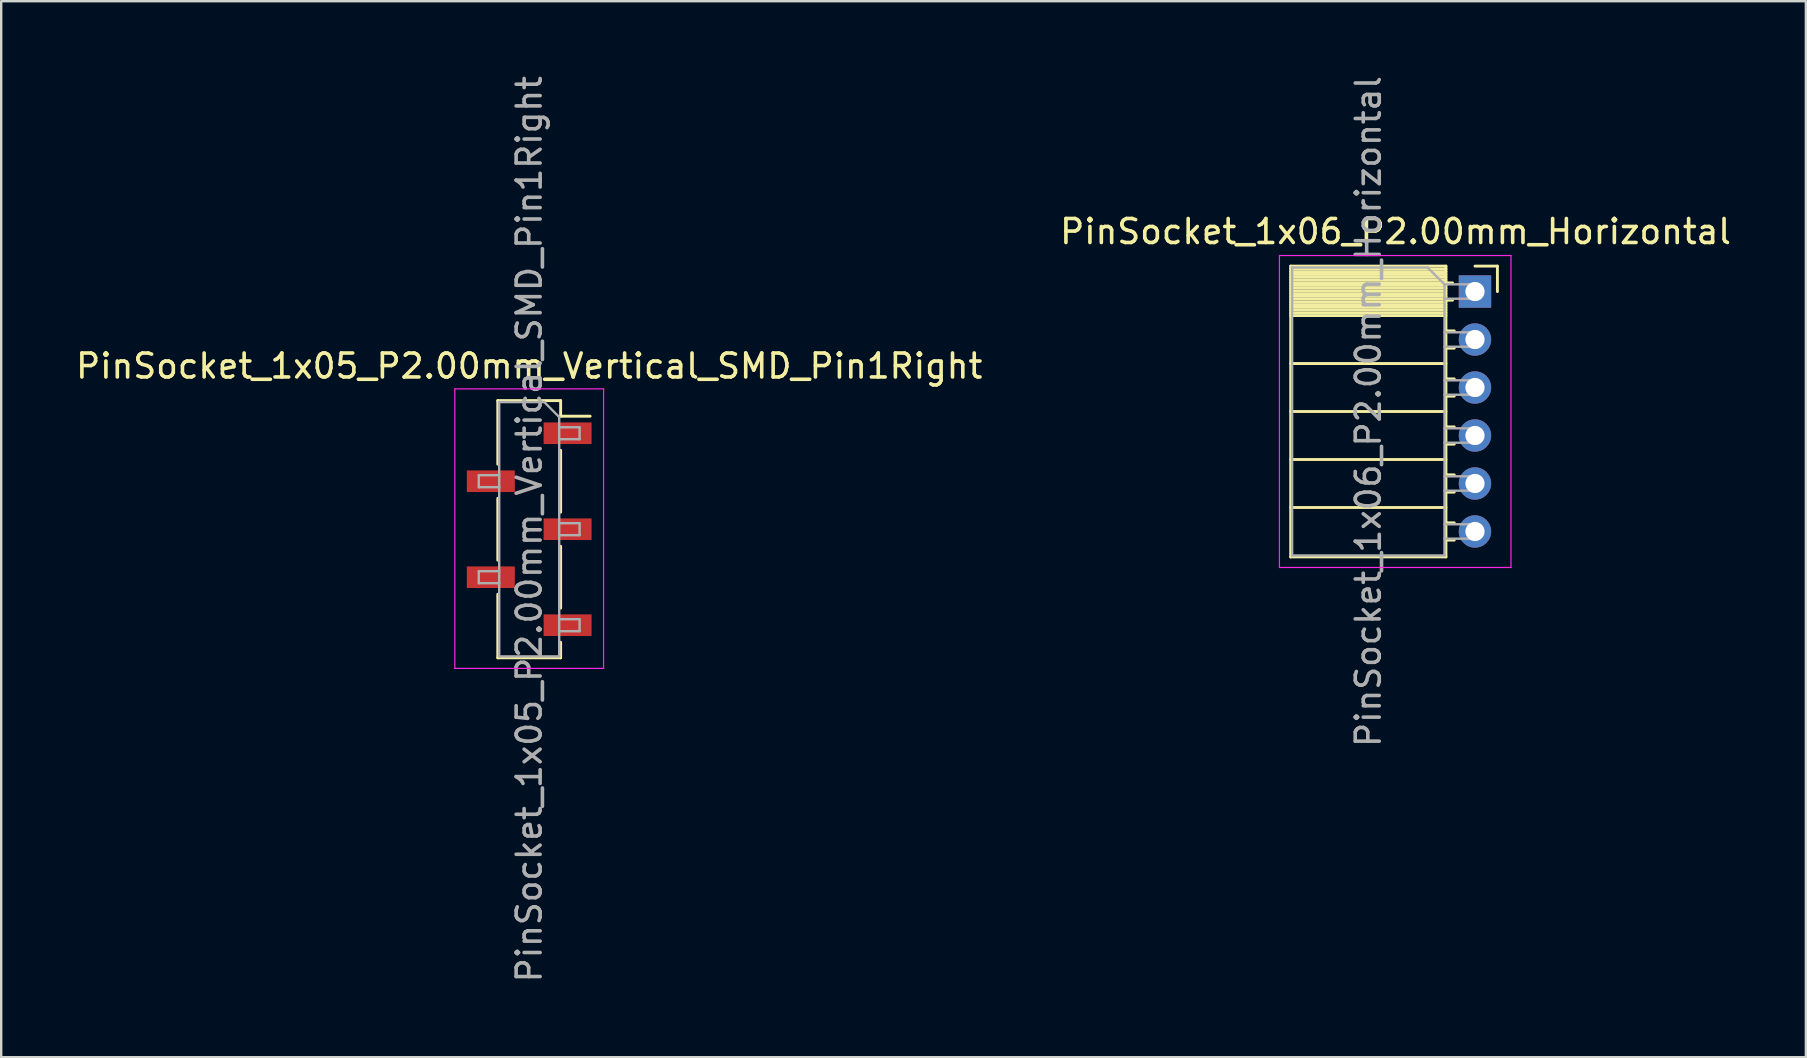
<source format=kicad_pcb>
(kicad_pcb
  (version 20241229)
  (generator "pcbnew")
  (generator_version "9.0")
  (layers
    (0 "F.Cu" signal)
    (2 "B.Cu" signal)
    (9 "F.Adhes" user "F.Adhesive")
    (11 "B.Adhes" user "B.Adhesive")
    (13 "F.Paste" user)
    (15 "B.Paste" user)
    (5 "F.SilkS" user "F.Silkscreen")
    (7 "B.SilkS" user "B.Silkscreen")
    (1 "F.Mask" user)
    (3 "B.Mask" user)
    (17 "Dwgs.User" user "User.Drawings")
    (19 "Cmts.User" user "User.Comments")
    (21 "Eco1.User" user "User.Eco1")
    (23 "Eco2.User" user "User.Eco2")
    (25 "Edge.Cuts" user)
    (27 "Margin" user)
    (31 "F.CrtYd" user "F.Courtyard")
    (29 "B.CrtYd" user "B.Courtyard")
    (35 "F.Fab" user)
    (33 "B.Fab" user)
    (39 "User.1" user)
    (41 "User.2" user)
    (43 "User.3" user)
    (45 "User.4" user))
  (footprint "PinSocket_1x05_P2.00mm_Vertical_SMD_Pin1Right"
    (layer "F.Cu")
    (at 19.006 19.006)
    (property "Reference" "PinSocket_1x05_P2.00mm_Vertical_SMD_Pin1Right" (at 0 -6.8 0) (layer "F.SilkS") (effects (font (size 1 1) (thickness 0.15))))
    (attr smd)
    (fp_line (start -1.31 -5.36) (end -1.31 -2.71) (stroke (width 0.12) (type solid)) (layer "F.SilkS"))
    (fp_line (start -1.31 -5.36) (end 1.31 -5.36) (stroke (width 0.12) (type solid)) (layer "F.SilkS"))
    (fp_line (start -1.31 -1.29) (end -1.31 1.29) (stroke (width 0.12) (type solid)) (layer "F.SilkS"))
    (fp_line (start -1.31 2.71) (end -1.31 5.36) (stroke (width 0.12) (type solid)) (layer "F.SilkS"))
    (fp_line (start -1.31 5.36) (end 1.31 5.36) (stroke (width 0.12) (type solid)) (layer "F.SilkS"))
    (fp_line (start 1.31 -5.36) (end 1.31 -4.71) (stroke (width 0.12) (type solid)) (layer "F.SilkS"))
    (fp_line (start 1.31 -4.71) (end 2.54 -4.71) (stroke (width 0.12) (type solid)) (layer "F.SilkS"))
    (fp_line (start 1.31 -3.29) (end 1.31 -0.71) (stroke (width 0.12) (type solid)) (layer "F.SilkS"))
    (fp_line (start 1.31 0.71) (end 1.31 3.29) (stroke (width 0.12) (type solid)) (layer "F.SilkS"))
    (fp_line (start 1.31 4.71) (end 1.31 5.36) (stroke (width 0.12) (type solid)) (layer "F.SilkS"))
    (fp_line (start -3.1 -5.85) (end 3.1 -5.85) (stroke (width 0.05) (type solid)) (layer "F.CrtYd"))
    (fp_line (start -3.1 5.8) (end -3.1 -5.85) (stroke (width 0.05) (type solid)) (layer "F.CrtYd"))
    (fp_line (start 3.1 -5.85) (end 3.1 5.8) (stroke (width 0.05) (type solid)) (layer "F.CrtYd"))
    (fp_line (start 3.1 5.8) (end -3.1 5.8) (stroke (width 0.05) (type solid)) (layer "F.CrtYd"))
    (fp_line (start -2.1 -2.25) (end -1.25 -2.25) (stroke (width 0.1) (type solid)) (layer "F.Fab"))
    (fp_line (start -2.1 -1.75) (end -2.1 -2.25) (stroke (width 0.1) (type solid)) (layer "F.Fab"))
    (fp_line (start -2.1 1.75) (end -1.25 1.75) (stroke (width 0.1) (type solid)) (layer "F.Fab"))
    (fp_line (start -2.1 2.25) (end -2.1 1.75) (stroke (width 0.1) (type solid)) (layer "F.Fab"))
    (fp_line (start -1.25 -5.3) (end 0.625 -5.3) (stroke (width 0.1) (type solid)) (layer "F.Fab"))
    (fp_line (start -1.25 -1.75) (end -2.1 -1.75) (stroke (width 0.1) (type solid)) (layer "F.Fab"))
    (fp_line (start -1.25 2.25) (end -2.1 2.25) (stroke (width 0.1) (type solid)) (layer "F.Fab"))
    (fp_line (start -1.25 5.3) (end -1.25 -5.3) (stroke (width 0.1) (type solid)) (layer "F.Fab"))
    (fp_line (start 0.625 -5.3) (end 1.25 -4.675) (stroke (width 0.1) (type solid)) (layer "F.Fab"))
    (fp_line (start 1.25 -4.675) (end 1.25 5.3) (stroke (width 0.1) (type solid)) (layer "F.Fab"))
    (fp_line (start 1.25 -4.25) (end 2.1 -4.25) (stroke (width 0.1) (type solid)) (layer "F.Fab"))
    (fp_line (start 1.25 -0.25) (end 2.1 -0.25) (stroke (width 0.1) (type solid)) (layer "F.Fab"))
    (fp_line (start 1.25 3.75) (end 2.1 3.75) (stroke (width 0.1) (type solid)) (layer "F.Fab"))
    (fp_line (start 1.25 5.3) (end -1.25 5.3) (stroke (width 0.1) (type solid)) (layer "F.Fab"))
    (fp_line (start 2.1 -4.25) (end 2.1 -3.75) (stroke (width 0.1) (type solid)) (layer "F.Fab"))
    (fp_line (start 2.1 -3.75) (end 1.25 -3.75) (stroke (width 0.1) (type solid)) (layer "F.Fab"))
    (fp_line (start 2.1 -0.25) (end 2.1 0.25) (stroke (width 0.1) (type solid)) (layer "F.Fab"))
    (fp_line (start 2.1 0.25) (end 1.25 0.25) (stroke (width 0.1) (type solid)) (layer "F.Fab"))
    (fp_line (start 2.1 3.75) (end 2.1 4.25) (stroke (width 0.1) (type solid)) (layer "F.Fab"))
    (fp_line (start 2.1 4.25) (end 1.25 4.25) (stroke (width 0.1) (type solid)) (layer "F.Fab"))
    (fp_text user "${REFERENCE}" (at 0 0 90) (layer "F.Fab") (effects (font (size 1 1) (thickness 0.15))))
    (pad "1" smd rect (at 1.6 -4) (size 2 0.9) (layers "F.Cu" "F.Mask" "F.Paste"))
    (pad "2" smd rect (at -1.6 -2) (size 2 0.9) (layers "F.Cu" "F.Mask" "F.Paste"))
    (pad "3" smd rect (at 1.6 0) (size 2 0.9) (layers "F.Cu" "F.Mask" "F.Paste"))
    (pad "4" smd rect (at -1.6 2) (size 2 0.9) (layers "F.Cu" "F.Mask" "F.Paste"))
    (pad "5" smd rect (at 1.6 4) (size 2 0.9) (layers "F.Cu" "F.Mask" "F.Paste")))
  (footprint "PinSocket_1x06_P2.00mm_Horizontal"
    (layer "F.Cu")
    (at 58.423 9.101)
    (property "Reference" "PinSocket_1x06_P2.00mm_Horizontal" (at -3.31 -2.5 0) (layer "F.SilkS") (effects (font (size 1 1) (thickness 0.15))))
    (attr through_hole)
    (fp_line (start -7.68 -1.06) (end -7.68 11.06) (stroke (width 0.12) (type solid)) (layer "F.SilkS"))
    (fp_line (start -7.68 -1.06) (end -1.21 -1.06) (stroke (width 0.12) (type solid)) (layer "F.SilkS"))
    (fp_line (start -7.68 -0.94) (end -1.21 -0.94) (stroke (width 0.12) (type solid)) (layer "F.SilkS"))
    (fp_line (start -7.68 -0.826) (end -1.21 -0.826) (stroke (width 0.12) (type solid)) (layer "F.SilkS"))
    (fp_line (start -7.68 -0.712) (end -1.21 -0.712) (stroke (width 0.12) (type solid)) (layer "F.SilkS"))
    (fp_line (start -7.68 -0.598) (end -1.21 -0.598) (stroke (width 0.12) (type solid)) (layer "F.SilkS"))
    (fp_line (start -7.68 -0.484) (end -1.21 -0.484) (stroke (width 0.12) (type solid)) (layer "F.SilkS"))
    (fp_line (start -7.68 -0.369) (end -1.21 -0.369) (stroke (width 0.12) (type solid)) (layer "F.SilkS"))
    (fp_line (start -7.68 -0.255) (end -1.21 -0.255) (stroke (width 0.12) (type solid)) (layer "F.SilkS"))
    (fp_line (start -7.68 -0.141) (end -1.21 -0.141) (stroke (width 0.12) (type solid)) (layer "F.SilkS"))
    (fp_line (start -7.68 -0.027) (end -1.21 -0.027) (stroke (width 0.12) (type solid)) (layer "F.SilkS"))
    (fp_line (start -7.68 0.087) (end -1.21 0.087) (stroke (width 0.12) (type solid)) (layer "F.SilkS"))
    (fp_line (start -7.68 0.201) (end -1.21 0.201) (stroke (width 0.12) (type solid)) (layer "F.SilkS"))
    (fp_line (start -7.68 0.315) (end -1.21 0.315) (stroke (width 0.12) (type solid)) (layer "F.SilkS"))
    (fp_line (start -7.68 0.429) (end -1.21 0.429) (stroke (width 0.12) (type solid)) (layer "F.SilkS"))
    (fp_line (start -7.68 0.544) (end -1.21 0.544) (stroke (width 0.12) (type solid)) (layer "F.SilkS"))
    (fp_line (start -7.68 0.658) (end -1.21 0.658) (stroke (width 0.12) (type solid)) (layer "F.SilkS"))
    (fp_line (start -7.68 0.772) (end -1.21 0.772) (stroke (width 0.12) (type solid)) (layer "F.SilkS"))
    (fp_line (start -7.68 0.886) (end -1.21 0.886) (stroke (width 0.12) (type solid)) (layer "F.SilkS"))
    (fp_line (start -7.68 1) (end -1.21 1) (stroke (width 0.12) (type solid)) (layer "F.SilkS"))
    (fp_line (start -7.68 3) (end -1.21 3) (stroke (width 0.12) (type solid)) (layer "F.SilkS"))
    (fp_line (start -7.68 5) (end -1.21 5) (stroke (width 0.12) (type solid)) (layer "F.SilkS"))
    (fp_line (start -7.68 7) (end -1.21 7) (stroke (width 0.12) (type solid)) (layer "F.SilkS"))
    (fp_line (start -7.68 9) (end -1.21 9) (stroke (width 0.12) (type solid)) (layer "F.SilkS"))
    (fp_line (start -7.68 11.06) (end -1.21 11.06) (stroke (width 0.12) (type solid)) (layer "F.SilkS"))
    (fp_line (start -1.21 -1.06) (end -1.21 11.06) (stroke (width 0.12) (type solid)) (layer "F.SilkS"))
    (fp_line (start -1.21 -0.36) (end -0.935 -0.36) (stroke (width 0.12) (type solid)) (layer "F.SilkS"))
    (fp_line (start -1.21 0.36) (end -0.935 0.36) (stroke (width 0.12) (type solid)) (layer "F.SilkS"))
    (fp_line (start -1.21 1.64) (end -0.863 1.64) (stroke (width 0.12) (type solid)) (layer "F.SilkS"))
    (fp_line (start -1.21 2.36) (end -0.863 2.36) (stroke (width 0.12) (type solid)) (layer "F.SilkS"))
    (fp_line (start -1.21 3.64) (end -0.863 3.64) (stroke (width 0.12) (type solid)) (layer "F.SilkS"))
    (fp_line (start -1.21 4.36) (end -0.863 4.36) (stroke (width 0.12) (type solid)) (layer "F.SilkS"))
    (fp_line (start -1.21 5.64) (end -0.863 5.64) (stroke (width 0.12) (type solid)) (layer "F.SilkS"))
    (fp_line (start -1.21 6.36) (end -0.863 6.36) (stroke (width 0.12) (type solid)) (layer "F.SilkS"))
    (fp_line (start -1.21 7.64) (end -0.863 7.64) (stroke (width 0.12) (type solid)) (layer "F.SilkS"))
    (fp_line (start -1.21 8.36) (end -0.863 8.36) (stroke (width 0.12) (type solid)) (layer "F.SilkS"))
    (fp_line (start -1.21 9.64) (end -0.863 9.64) (stroke (width 0.12) (type solid)) (layer "F.SilkS"))
    (fp_line (start -1.21 10.36) (end -0.863 10.36) (stroke (width 0.12) (type solid)) (layer "F.SilkS"))
    (fp_line (start 0 -1.06) (end 0.935 -1.06) (stroke (width 0.12) (type solid)) (layer "F.SilkS"))
    (fp_line (start 0.935 -1.06) (end 0.935 0) (stroke (width 0.12) (type solid)) (layer "F.SilkS"))
    (fp_line (start -8.15 -1.5) (end -8.15 11.5) (stroke (width 0.05) (type solid)) (layer "F.CrtYd"))
    (fp_line (start -8.15 11.5) (end 1.5 11.5) (stroke (width 0.05) (type solid)) (layer "F.CrtYd"))
    (fp_line (start 1.5 -1.5) (end -8.15 -1.5) (stroke (width 0.05) (type solid)) (layer "F.CrtYd"))
    (fp_line (start 1.5 11.5) (end 1.5 -1.5) (stroke (width 0.05) (type solid)) (layer "F.CrtYd"))
    (fp_line (start -7.62 -1) (end -1.97 -1) (stroke (width 0.1) (type solid)) (layer "F.Fab"))
    (fp_line (start -7.62 11) (end -7.62 -1) (stroke (width 0.1) (type solid)) (layer "F.Fab"))
    (fp_line (start -1.97 -1) (end -1.27 -0.3) (stroke (width 0.1) (type solid)) (layer "F.Fab"))
    (fp_line (start -1.27 -0.3) (end -1.27 11) (stroke (width 0.1) (type solid)) (layer "F.Fab"))
    (fp_line (start -1.27 0.3) (end 0 0.3) (stroke (width 0.1) (type solid)) (layer "F.Fab"))
    (fp_line (start -1.27 2.3) (end 0 2.3) (stroke (width 0.1) (type solid)) (layer "F.Fab"))
    (fp_line (start -1.27 4.3) (end 0 4.3) (stroke (width 0.1) (type solid)) (layer "F.Fab"))
    (fp_line (start -1.27 6.3) (end 0 6.3) (stroke (width 0.1) (type solid)) (layer "F.Fab"))
    (fp_line (start -1.27 8.3) (end 0 8.3) (stroke (width 0.1) (type solid)) (layer "F.Fab"))
    (fp_line (start -1.27 10.3) (end 0 10.3) (stroke (width 0.1) (type solid)) (layer "F.Fab"))
    (fp_line (start -1.27 11) (end -7.62 11) (stroke (width 0.1) (type solid)) (layer "F.Fab"))
    (fp_line (start 0 -0.3) (end -1.27 -0.3) (stroke (width 0.1) (type solid)) (layer "F.Fab"))
    (fp_line (start 0 0.3) (end 0 -0.3) (stroke (width 0.1) (type solid)) (layer "F.Fab"))
    (fp_line (start 0 1.7) (end -1.27 1.7) (stroke (width 0.1) (type solid)) (layer "F.Fab"))
    (fp_line (start 0 2.3) (end 0 1.7) (stroke (width 0.1) (type solid)) (layer "F.Fab"))
    (fp_line (start 0 3.7) (end -1.27 3.7) (stroke (width 0.1) (type solid)) (layer "F.Fab"))
    (fp_line (start 0 4.3) (end 0 3.7) (stroke (width 0.1) (type solid)) (layer "F.Fab"))
    (fp_line (start 0 5.7) (end -1.27 5.7) (stroke (width 0.1) (type solid)) (layer "F.Fab"))
    (fp_line (start 0 6.3) (end 0 5.7) (stroke (width 0.1) (type solid)) (layer "F.Fab"))
    (fp_line (start 0 7.7) (end -1.27 7.7) (stroke (width 0.1) (type solid)) (layer "F.Fab"))
    (fp_line (start 0 8.3) (end 0 7.7) (stroke (width 0.1) (type solid)) (layer "F.Fab"))
    (fp_line (start 0 9.7) (end -1.27 9.7) (stroke (width 0.1) (type solid)) (layer "F.Fab"))
    (fp_line (start 0 10.3) (end 0 9.7) (stroke (width 0.1) (type solid)) (layer "F.Fab"))
    (fp_text user "${REFERENCE}" (at -4.445 5 90) (layer "F.Fab") (effects (font (size 1 1) (thickness 0.15))))
    (pad "1" thru_hole rect (at 0 0) (size 1.35 1.35) (drill 0.8) (layers "*.Cu" "*.Mask"))
    (pad "2" thru_hole circle (at 0 2) (size 1.35 1.35) (drill 0.8) (layers "*.Cu" "*.Mask"))
    (pad "3" thru_hole circle (at 0 4) (size 1.35 1.35) (drill 0.8) (layers "*.Cu" "*.Mask"))
    (pad "4" thru_hole circle (at 0 6) (size 1.35 1.35) (drill 0.8) (layers "*.Cu" "*.Mask"))
    (pad "5" thru_hole circle (at 0 8) (size 1.35 1.35) (drill 0.8) (layers "*.Cu" "*.Mask"))
    (pad "6" thru_hole circle (at 0 10) (size 1.35 1.35) (drill 0.8) (layers "*.Cu" "*.Mask")))
  (gr_rect
    (start -3 -3)
    (end 72.214 41.012)
    (stroke (width 0.1) (type default))
    (fill no)
    (layer "Edge.Cuts")))
</source>
